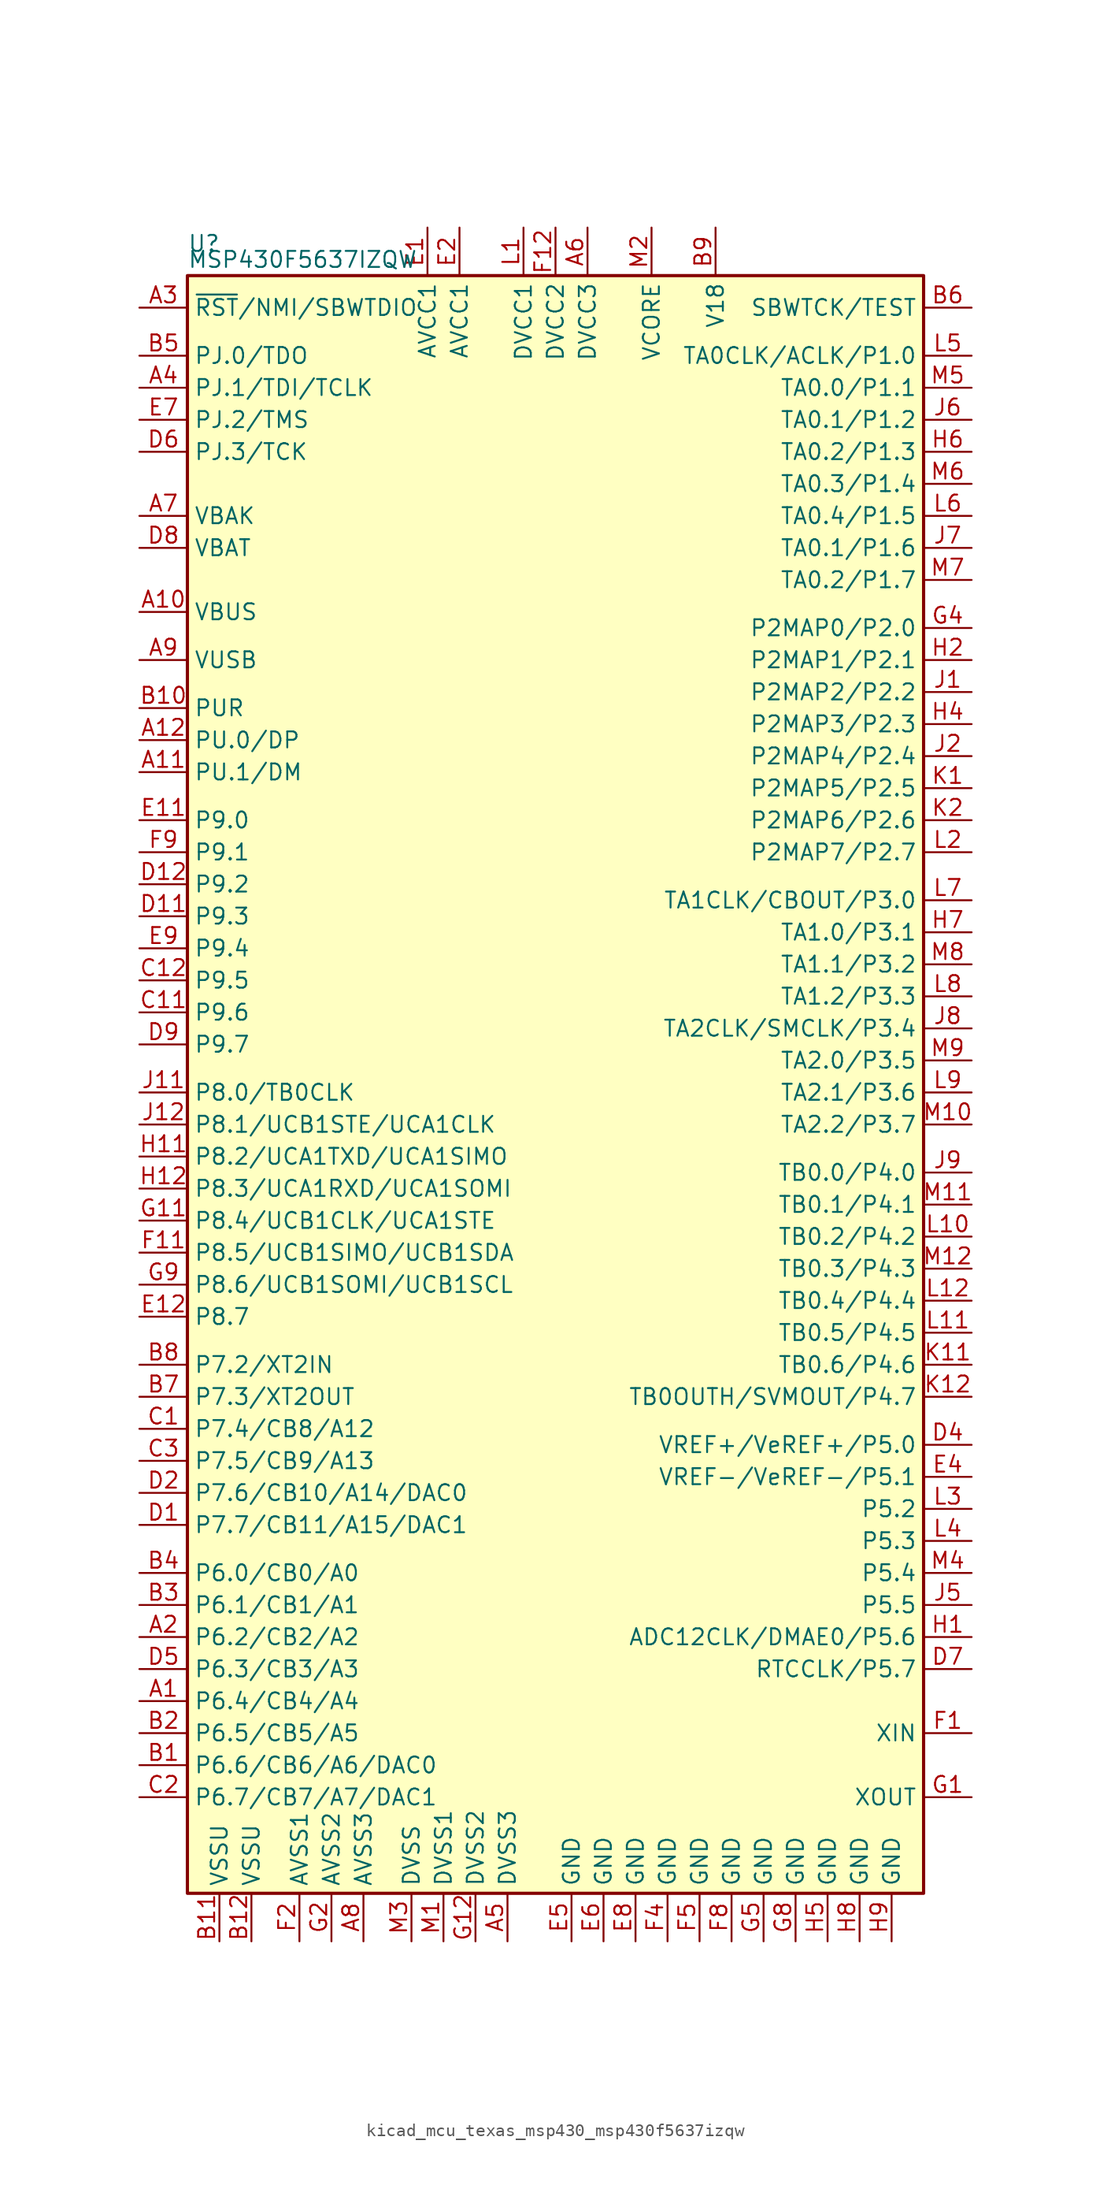
<source format=kicad_sym>
(kicad_symbol_lib
  (version 20220914)
  (generator kicad_symbol_editor)
  (symbol "kicad_mcu_texas_msp430_msp430f5637izqw"
    (property "Reference" "U"
      (at -29.21 66.04 0)
      (effects (font (size 1.27 1.27)) (justify left)))
    (property "Value" "MSP430F5637IZQW"
      (at -29.21 64.77 0)
      (effects (font (size 1.27 1.27)) (justify left)))
    (symbol "kicad_mcu_texas_msp430_msp430f5637izqw_0_1"
      (rectangle (start -29.21 63.5) (end 29.21 -64.77) (stroke (width 0.254) (type default)) (fill (type background))))
    (symbol "kicad_mcu_texas_msp430_msp430f5637izqw_1_1"
      (pin bidirectional line (at -33.02 -49.53 0) (length 3.81) (name "P6.4/CB4/A4" (effects (font (size 1.27 1.27)))) (number "A1" (effects (font (size 1.27 1.27)))))
      (pin bidirectional line (at -33.02 36.83 0) (length 3.81) (name "VBUS" (effects (font (size 1.27 1.27)))) (number "A10" (effects (font (size 1.27 1.27)))))
      (pin bidirectional line (at -33.02 24.13 0) (length 3.81) (name "PU.1/DM" (effects (font (size 1.27 1.27)))) (number "A11" (effects (font (size 1.27 1.27)))))
      (pin bidirectional line (at -33.02 26.67 0) (length 3.81) (name "PU.0/DP" (effects (font (size 1.27 1.27)))) (number "A12" (effects (font (size 1.27 1.27)))))
      (pin bidirectional line (at -33.02 -44.45 0) (length 3.81) (name "P6.2/CB2/A2" (effects (font (size 1.27 1.27)))) (number "A2" (effects (font (size 1.27 1.27)))))
      (pin input line (at -33.02 60.96 0) (length 3.81) (name "~{RST}/NMI/SBWTDIO" (effects (font (size 1.27 1.27)))) (number "A3" (effects (font (size 1.27 1.27)))))
      (pin bidirectional line (at -33.02 54.61 0) (length 3.81) (name "PJ.1/TDI/TCLK" (effects (font (size 1.27 1.27)))) (number "A4" (effects (font (size 1.27 1.27)))))
      (pin power_in line (at -3.81 -68.58 90) (length 3.81) (name "DVSS3" (effects (font (size 1.27 1.27)))) (number "A5" (effects (font (size 1.27 1.27)))))
      (pin power_in line (at 2.54 67.31 270) (length 3.81) (name "DVCC3" (effects (font (size 1.27 1.27)))) (number "A6" (effects (font (size 1.27 1.27)))))
      (pin bidirectional line (at -33.02 44.45 0) (length 3.81) (name "VBAK" (effects (font (size 1.27 1.27)))) (number "A7" (effects (font (size 1.27 1.27)))))
      (pin power_in line (at -15.24 -68.58 90) (length 3.81) (name "AVSS3" (effects (font (size 1.27 1.27)))) (number "A8" (effects (font (size 1.27 1.27)))))
      (pin bidirectional line (at -33.02 33.02 0) (length 3.81) (name "VUSB" (effects (font (size 1.27 1.27)))) (number "A9" (effects (font (size 1.27 1.27)))))
      (pin bidirectional line (at -33.02 -54.61 0) (length 3.81) (name "P6.6/CB6/A6/DAC0" (effects (font (size 1.27 1.27)))) (number "B1" (effects (font (size 1.27 1.27)))))
      (pin bidirectional line (at -33.02 29.21 0) (length 3.81) (name "PUR" (effects (font (size 1.27 1.27)))) (number "B10" (effects (font (size 1.27 1.27)))))
      (pin power_in line (at -26.67 -68.58 90) (length 3.81) (name "VSSU" (effects (font (size 1.27 1.27)))) (number "B11" (effects (font (size 1.27 1.27)))))
      (pin power_in line (at -24.13 -68.58 90) (length 3.81) (name "VSSU" (effects (font (size 1.27 1.27)))) (number "B12" (effects (font (size 1.27 1.27)))))
      (pin bidirectional line (at -33.02 -52.07 0) (length 3.81) (name "P6.5/CB5/A5" (effects (font (size 1.27 1.27)))) (number "B2" (effects (font (size 1.27 1.27)))))
      (pin bidirectional line (at -33.02 -41.91 0) (length 3.81) (name "P6.1/CB1/A1" (effects (font (size 1.27 1.27)))) (number "B3" (effects (font (size 1.27 1.27)))))
      (pin bidirectional line (at -33.02 -39.37 0) (length 3.81) (name "P6.0/CB0/A0" (effects (font (size 1.27 1.27)))) (number "B4" (effects (font (size 1.27 1.27)))))
      (pin bidirectional line (at -33.02 57.15 0) (length 3.81) (name "PJ.0/TDO" (effects (font (size 1.27 1.27)))) (number "B5" (effects (font (size 1.27 1.27)))))
      (pin input line (at 33.02 60.96 180) (length 3.81) (name "SBWTCK/TEST" (effects (font (size 1.27 1.27)))) (number "B6" (effects (font (size 1.27 1.27)))))
      (pin bidirectional line (at -33.02 -25.4 0) (length 3.81) (name "P7.3/XT2OUT" (effects (font (size 1.27 1.27)))) (number "B7" (effects (font (size 1.27 1.27)))))
      (pin bidirectional line (at -33.02 -22.86 0) (length 3.81) (name "P7.2/XT2IN" (effects (font (size 1.27 1.27)))) (number "B8" (effects (font (size 1.27 1.27)))))
      (pin passive line (at 12.7 67.31 270) (length 3.81) (name "V18" (effects (font (size 1.27 1.27)))) (number "B9" (effects (font (size 1.27 1.27)))))
      (pin bidirectional line (at -33.02 -27.94 0) (length 3.81) (name "P7.4/CB8/A12" (effects (font (size 1.27 1.27)))) (number "C1" (effects (font (size 1.27 1.27)))))
      (pin bidirectional line (at -33.02 5.08 0) (length 3.81) (name "P9.6" (effects (font (size 1.27 1.27)))) (number "C11" (effects (font (size 1.27 1.27)))))
      (pin bidirectional line (at -33.02 7.62 0) (length 3.81) (name "P9.5" (effects (font (size 1.27 1.27)))) (number "C12" (effects (font (size 1.27 1.27)))))
      (pin bidirectional line (at -33.02 -57.15 0) (length 3.81) (name "P6.7/CB7/A7/DAC1" (effects (font (size 1.27 1.27)))) (number "C2" (effects (font (size 1.27 1.27)))))
      (pin bidirectional line (at -33.02 -30.48 0) (length 3.81) (name "P7.5/CB9/A13" (effects (font (size 1.27 1.27)))) (number "C3" (effects (font (size 1.27 1.27)))))
      (pin bidirectional line (at -33.02 -35.56 0) (length 3.81) (name "P7.7/CB11/A15/DAC1" (effects (font (size 1.27 1.27)))) (number "D1" (effects (font (size 1.27 1.27)))))
      (pin bidirectional line (at -33.02 12.7 0) (length 3.81) (name "P9.3" (effects (font (size 1.27 1.27)))) (number "D11" (effects (font (size 1.27 1.27)))))
      (pin bidirectional line (at -33.02 15.24 0) (length 3.81) (name "P9.2" (effects (font (size 1.27 1.27)))) (number "D12" (effects (font (size 1.27 1.27)))))
      (pin bidirectional line (at -33.02 -33.02 0) (length 3.81) (name "P7.6/CB10/A14/DAC0" (effects (font (size 1.27 1.27)))) (number "D2" (effects (font (size 1.27 1.27)))))
      (pin bidirectional line (at 33.02 -29.21 180) (length 3.81) (name "VREF+/VeREF+/P5.0" (effects (font (size 1.27 1.27)))) (number "D4" (effects (font (size 1.27 1.27)))))
      (pin bidirectional line (at -33.02 -46.99 0) (length 3.81) (name "P6.3/CB3/A3" (effects (font (size 1.27 1.27)))) (number "D5" (effects (font (size 1.27 1.27)))))
      (pin bidirectional line (at -33.02 49.53 0) (length 3.81) (name "PJ.3/TCK" (effects (font (size 1.27 1.27)))) (number "D6" (effects (font (size 1.27 1.27)))))
      (pin bidirectional line (at 33.02 -46.99 180) (length 3.81) (name "RTCCLK/P5.7" (effects (font (size 1.27 1.27)))) (number "D7" (effects (font (size 1.27 1.27)))))
      (pin bidirectional line (at -33.02 41.91 0) (length 3.81) (name "VBAT" (effects (font (size 1.27 1.27)))) (number "D8" (effects (font (size 1.27 1.27)))))
      (pin bidirectional line (at -33.02 2.54 0) (length 3.81) (name "P9.7" (effects (font (size 1.27 1.27)))) (number "D9" (effects (font (size 1.27 1.27)))))
      (pin power_in line (at -10.16 67.31 270) (length 3.81) (name "AVCC1" (effects (font (size 1.27 1.27)))) (number "E1" (effects (font (size 1.27 1.27)))))
      (pin bidirectional line (at -33.02 20.32 0) (length 3.81) (name "P9.0" (effects (font (size 1.27 1.27)))) (number "E11" (effects (font (size 1.27 1.27)))))
      (pin bidirectional line (at -33.02 -19.05 0) (length 3.81) (name "P8.7" (effects (font (size 1.27 1.27)))) (number "E12" (effects (font (size 1.27 1.27)))))
      (pin power_in line (at -7.62 67.31 270) (length 3.81) (name "AVCC1" (effects (font (size 1.27 1.27)))) (number "E2" (effects (font (size 1.27 1.27)))))
      (pin bidirectional line (at 33.02 -31.75 180) (length 3.81) (name "VREF-/VeREF-/P5.1" (effects (font (size 1.27 1.27)))) (number "E4" (effects (font (size 1.27 1.27)))))
      (pin power_in line (at 1.27 -68.58 90) (length 3.81) (name "GND" (effects (font (size 1.27 1.27)))) (number "E5" (effects (font (size 1.27 1.27)))))
      (pin power_in line (at 3.81 -68.58 90) (length 3.81) (name "GND" (effects (font (size 1.27 1.27)))) (number "E6" (effects (font (size 1.27 1.27)))))
      (pin bidirectional line (at -33.02 52.07 0) (length 3.81) (name "PJ.2/TMS" (effects (font (size 1.27 1.27)))) (number "E7" (effects (font (size 1.27 1.27)))))
      (pin power_in line (at 6.35 -68.58 90) (length 3.81) (name "GND" (effects (font (size 1.27 1.27)))) (number "E8" (effects (font (size 1.27 1.27)))))
      (pin bidirectional line (at -33.02 10.16 0) (length 3.81) (name "P9.4" (effects (font (size 1.27 1.27)))) (number "E9" (effects (font (size 1.27 1.27)))))
      (pin bidirectional line (at 33.02 -52.07 180) (length 3.81) (name "XIN" (effects (font (size 1.27 1.27)))) (number "F1" (effects (font (size 1.27 1.27)))))
      (pin bidirectional line (at -33.02 -13.97 0) (length 3.81) (name "P8.5/UCB1SIMO/UCB1SDA" (effects (font (size 1.27 1.27)))) (number "F11" (effects (font (size 1.27 1.27)))))
      (pin power_in line (at 0 67.31 270) (length 3.81) (name "DVCC2" (effects (font (size 1.27 1.27)))) (number "F12" (effects (font (size 1.27 1.27)))))
      (pin power_in line (at -20.32 -68.58 90) (length 3.81) (name "AVSS1" (effects (font (size 1.27 1.27)))) (number "F2" (effects (font (size 1.27 1.27)))))
      (pin power_in line (at 8.89 -68.58 90) (length 3.81) (name "GND" (effects (font (size 1.27 1.27)))) (number "F4" (effects (font (size 1.27 1.27)))))
      (pin power_in line (at 11.43 -68.58 90) (length 3.81) (name "GND" (effects (font (size 1.27 1.27)))) (number "F5" (effects (font (size 1.27 1.27)))))
      (pin power_in line (at 13.97 -68.58 90) (length 3.81) (name "GND" (effects (font (size 1.27 1.27)))) (number "F8" (effects (font (size 1.27 1.27)))))
      (pin bidirectional line (at -33.02 17.78 0) (length 3.81) (name "P9.1" (effects (font (size 1.27 1.27)))) (number "F9" (effects (font (size 1.27 1.27)))))
      (pin bidirectional line (at 33.02 -57.15 180) (length 3.81) (name "XOUT" (effects (font (size 1.27 1.27)))) (number "G1" (effects (font (size 1.27 1.27)))))
      (pin bidirectional line (at -33.02 -11.43 0) (length 3.81) (name "P8.4/UCB1CLK/UCA1STE" (effects (font (size 1.27 1.27)))) (number "G11" (effects (font (size 1.27 1.27)))))
      (pin power_in line (at -6.35 -68.58 90) (length 3.81) (name "DVSS2" (effects (font (size 1.27 1.27)))) (number "G12" (effects (font (size 1.27 1.27)))))
      (pin power_in line (at -17.78 -68.58 90) (length 3.81) (name "AVSS2" (effects (font (size 1.27 1.27)))) (number "G2" (effects (font (size 1.27 1.27)))))
      (pin bidirectional line (at 33.02 35.56 180) (length 3.81) (name "P2MAP0/P2.0" (effects (font (size 1.27 1.27)))) (number "G4" (effects (font (size 1.27 1.27)))))
      (pin power_in line (at 16.51 -68.58 90) (length 3.81) (name "GND" (effects (font (size 1.27 1.27)))) (number "G5" (effects (font (size 1.27 1.27)))))
      (pin power_in line (at 19.05 -68.58 90) (length 3.81) (name "GND" (effects (font (size 1.27 1.27)))) (number "G8" (effects (font (size 1.27 1.27)))))
      (pin bidirectional line (at -33.02 -16.51 0) (length 3.81) (name "P8.6/UCB1SOMI/UCB1SCL" (effects (font (size 1.27 1.27)))) (number "G9" (effects (font (size 1.27 1.27)))))
      (pin bidirectional line (at 33.02 -44.45 180) (length 3.81) (name "ADC12CLK/DMAE0/P5.6" (effects (font (size 1.27 1.27)))) (number "H1" (effects (font (size 1.27 1.27)))))
      (pin bidirectional line (at -33.02 -6.35 0) (length 3.81) (name "P8.2/UCA1TXD/UCA1SIMO" (effects (font (size 1.27 1.27)))) (number "H11" (effects (font (size 1.27 1.27)))))
      (pin bidirectional line (at -33.02 -8.89 0) (length 3.81) (name "P8.3/UCA1RXD/UCA1SOMI" (effects (font (size 1.27 1.27)))) (number "H12" (effects (font (size 1.27 1.27)))))
      (pin bidirectional line (at 33.02 33.02 180) (length 3.81) (name "P2MAP1/P2.1" (effects (font (size 1.27 1.27)))) (number "H2" (effects (font (size 1.27 1.27)))))
      (pin bidirectional line (at 33.02 27.94 180) (length 3.81) (name "P2MAP3/P2.3" (effects (font (size 1.27 1.27)))) (number "H4" (effects (font (size 1.27 1.27)))))
      (pin power_in line (at 21.59 -68.58 90) (length 3.81) (name "GND" (effects (font (size 1.27 1.27)))) (number "H5" (effects (font (size 1.27 1.27)))))
      (pin bidirectional line (at 33.02 49.53 180) (length 3.81) (name "TA0.2/P1.3" (effects (font (size 1.27 1.27)))) (number "H6" (effects (font (size 1.27 1.27)))))
      (pin bidirectional line (at 33.02 11.43 180) (length 3.81) (name "TA1.0/P3.1" (effects (font (size 1.27 1.27)))) (number "H7" (effects (font (size 1.27 1.27)))))
      (pin power_in line (at 24.13 -68.58 90) (length 3.81) (name "GND" (effects (font (size 1.27 1.27)))) (number "H8" (effects (font (size 1.27 1.27)))))
      (pin power_in line (at 26.67 -68.58 90) (length 3.81) (name "GND" (effects (font (size 1.27 1.27)))) (number "H9" (effects (font (size 1.27 1.27)))))
      (pin bidirectional line (at 33.02 30.48 180) (length 3.81) (name "P2MAP2/P2.2" (effects (font (size 1.27 1.27)))) (number "J1" (effects (font (size 1.27 1.27)))))
      (pin bidirectional line (at -33.02 -1.27 0) (length 3.81) (name "P8.0/TB0CLK" (effects (font (size 1.27 1.27)))) (number "J11" (effects (font (size 1.27 1.27)))))
      (pin bidirectional line (at -33.02 -3.81 0) (length 3.81) (name "P8.1/UCB1STE/UCA1CLK" (effects (font (size 1.27 1.27)))) (number "J12" (effects (font (size 1.27 1.27)))))
      (pin bidirectional line (at 33.02 25.4 180) (length 3.81) (name "P2MAP4/P2.4" (effects (font (size 1.27 1.27)))) (number "J2" (effects (font (size 1.27 1.27)))))
      (pin bidirectional line (at 33.02 -41.91 180) (length 3.81) (name "P5.5" (effects (font (size 1.27 1.27)))) (number "J5" (effects (font (size 1.27 1.27)))))
      (pin bidirectional line (at 33.02 52.07 180) (length 3.81) (name "TA0.1/P1.2" (effects (font (size 1.27 1.27)))) (number "J6" (effects (font (size 1.27 1.27)))))
      (pin bidirectional line (at 33.02 41.91 180) (length 3.81) (name "TA0.1/P1.6" (effects (font (size 1.27 1.27)))) (number "J7" (effects (font (size 1.27 1.27)))))
      (pin bidirectional line (at 33.02 3.81 180) (length 3.81) (name "TA2CLK/SMCLK/P3.4" (effects (font (size 1.27 1.27)))) (number "J8" (effects (font (size 1.27 1.27)))))
      (pin bidirectional line (at 33.02 -7.62 180) (length 3.81) (name "TB0.0/P4.0" (effects (font (size 1.27 1.27)))) (number "J9" (effects (font (size 1.27 1.27)))))
      (pin bidirectional line (at 33.02 22.86 180) (length 3.81) (name "P2MAP5/P2.5" (effects (font (size 1.27 1.27)))) (number "K1" (effects (font (size 1.27 1.27)))))
      (pin bidirectional line (at 33.02 -22.86 180) (length 3.81) (name "TB0.6/P4.6" (effects (font (size 1.27 1.27)))) (number "K11" (effects (font (size 1.27 1.27)))))
      (pin bidirectional line (at 33.02 -25.4 180) (length 3.81) (name "TB0OUTH/SVMOUT/P4.7" (effects (font (size 1.27 1.27)))) (number "K12" (effects (font (size 1.27 1.27)))))
      (pin bidirectional line (at 33.02 20.32 180) (length 3.81) (name "P2MAP6/P2.6" (effects (font (size 1.27 1.27)))) (number "K2" (effects (font (size 1.27 1.27)))))
      (pin power_in line (at -2.54 67.31 270) (length 3.81) (name "DVCC1" (effects (font (size 1.27 1.27)))) (number "L1" (effects (font (size 1.27 1.27)))))
      (pin bidirectional line (at 33.02 -12.7 180) (length 3.81) (name "TB0.2/P4.2" (effects (font (size 1.27 1.27)))) (number "L10" (effects (font (size 1.27 1.27)))))
      (pin bidirectional line (at 33.02 -20.32 180) (length 3.81) (name "TB0.5/P4.5" (effects (font (size 1.27 1.27)))) (number "L11" (effects (font (size 1.27 1.27)))))
      (pin bidirectional line (at 33.02 -17.78 180) (length 3.81) (name "TB0.4/P4.4" (effects (font (size 1.27 1.27)))) (number "L12" (effects (font (size 1.27 1.27)))))
      (pin bidirectional line (at 33.02 17.78 180) (length 3.81) (name "P2MAP7/P2.7" (effects (font (size 1.27 1.27)))) (number "L2" (effects (font (size 1.27 1.27)))))
      (pin bidirectional line (at 33.02 -34.29 180) (length 3.81) (name "P5.2" (effects (font (size 1.27 1.27)))) (number "L3" (effects (font (size 1.27 1.27)))))
      (pin bidirectional line (at 33.02 -36.83 180) (length 3.81) (name "P5.3" (effects (font (size 1.27 1.27)))) (number "L4" (effects (font (size 1.27 1.27)))))
      (pin bidirectional line (at 33.02 57.15 180) (length 3.81) (name "TA0CLK/ACLK/P1.0" (effects (font (size 1.27 1.27)))) (number "L5" (effects (font (size 1.27 1.27)))))
      (pin bidirectional line (at 33.02 44.45 180) (length 3.81) (name "TA0.4/P1.5" (effects (font (size 1.27 1.27)))) (number "L6" (effects (font (size 1.27 1.27)))))
      (pin bidirectional line (at 33.02 13.97 180) (length 3.81) (name "TA1CLK/CBOUT/P3.0" (effects (font (size 1.27 1.27)))) (number "L7" (effects (font (size 1.27 1.27)))))
      (pin bidirectional line (at 33.02 6.35 180) (length 3.81) (name "TA1.2/P3.3" (effects (font (size 1.27 1.27)))) (number "L8" (effects (font (size 1.27 1.27)))))
      (pin bidirectional line (at 33.02 -1.27 180) (length 3.81) (name "TA2.1/P3.6" (effects (font (size 1.27 1.27)))) (number "L9" (effects (font (size 1.27 1.27)))))
      (pin power_in line (at -8.89 -68.58 90) (length 3.81) (name "DVSS1" (effects (font (size 1.27 1.27)))) (number "M1" (effects (font (size 1.27 1.27)))))
      (pin bidirectional line (at 33.02 -3.81 180) (length 3.81) (name "TA2.2/P3.7" (effects (font (size 1.27 1.27)))) (number "M10" (effects (font (size 1.27 1.27)))))
      (pin bidirectional line (at 33.02 -10.16 180) (length 3.81) (name "TB0.1/P4.1" (effects (font (size 1.27 1.27)))) (number "M11" (effects (font (size 1.27 1.27)))))
      (pin bidirectional line (at 33.02 -15.24 180) (length 3.81) (name "TB0.3/P4.3" (effects (font (size 1.27 1.27)))) (number "M12" (effects (font (size 1.27 1.27)))))
      (pin bidirectional line (at 7.62 67.31 270) (length 3.81) (name "VCORE" (effects (font (size 1.27 1.27)))) (number "M2" (effects (font (size 1.27 1.27)))))
      (pin power_in line (at -11.43 -68.58 90) (length 3.81) (name "DVSS" (effects (font (size 1.27 1.27)))) (number "M3" (effects (font (size 1.27 1.27)))))
      (pin bidirectional line (at 33.02 -39.37 180) (length 3.81) (name "P5.4" (effects (font (size 1.27 1.27)))) (number "M4" (effects (font (size 1.27 1.27)))))
      (pin bidirectional line (at 33.02 54.61 180) (length 3.81) (name "TA0.0/P1.1" (effects (font (size 1.27 1.27)))) (number "M5" (effects (font (size 1.27 1.27)))))
      (pin bidirectional line (at 33.02 46.99 180) (length 3.81) (name "TA0.3/P1.4" (effects (font (size 1.27 1.27)))) (number "M6" (effects (font (size 1.27 1.27)))))
      (pin bidirectional line (at 33.02 39.37 180) (length 3.81) (name "TA0.2/P1.7" (effects (font (size 1.27 1.27)))) (number "M7" (effects (font (size 1.27 1.27)))))
      (pin bidirectional line (at 33.02 8.89 180) (length 3.81) (name "TA1.1/P3.2" (effects (font (size 1.27 1.27)))) (number "M8" (effects (font (size 1.27 1.27)))))
      (pin bidirectional line (at 33.02 1.27 180) (length 3.81) (name "TA2.0/P3.5" (effects (font (size 1.27 1.27)))) (number "M9" (effects (font (size 1.27 1.27))))))))
</source>
